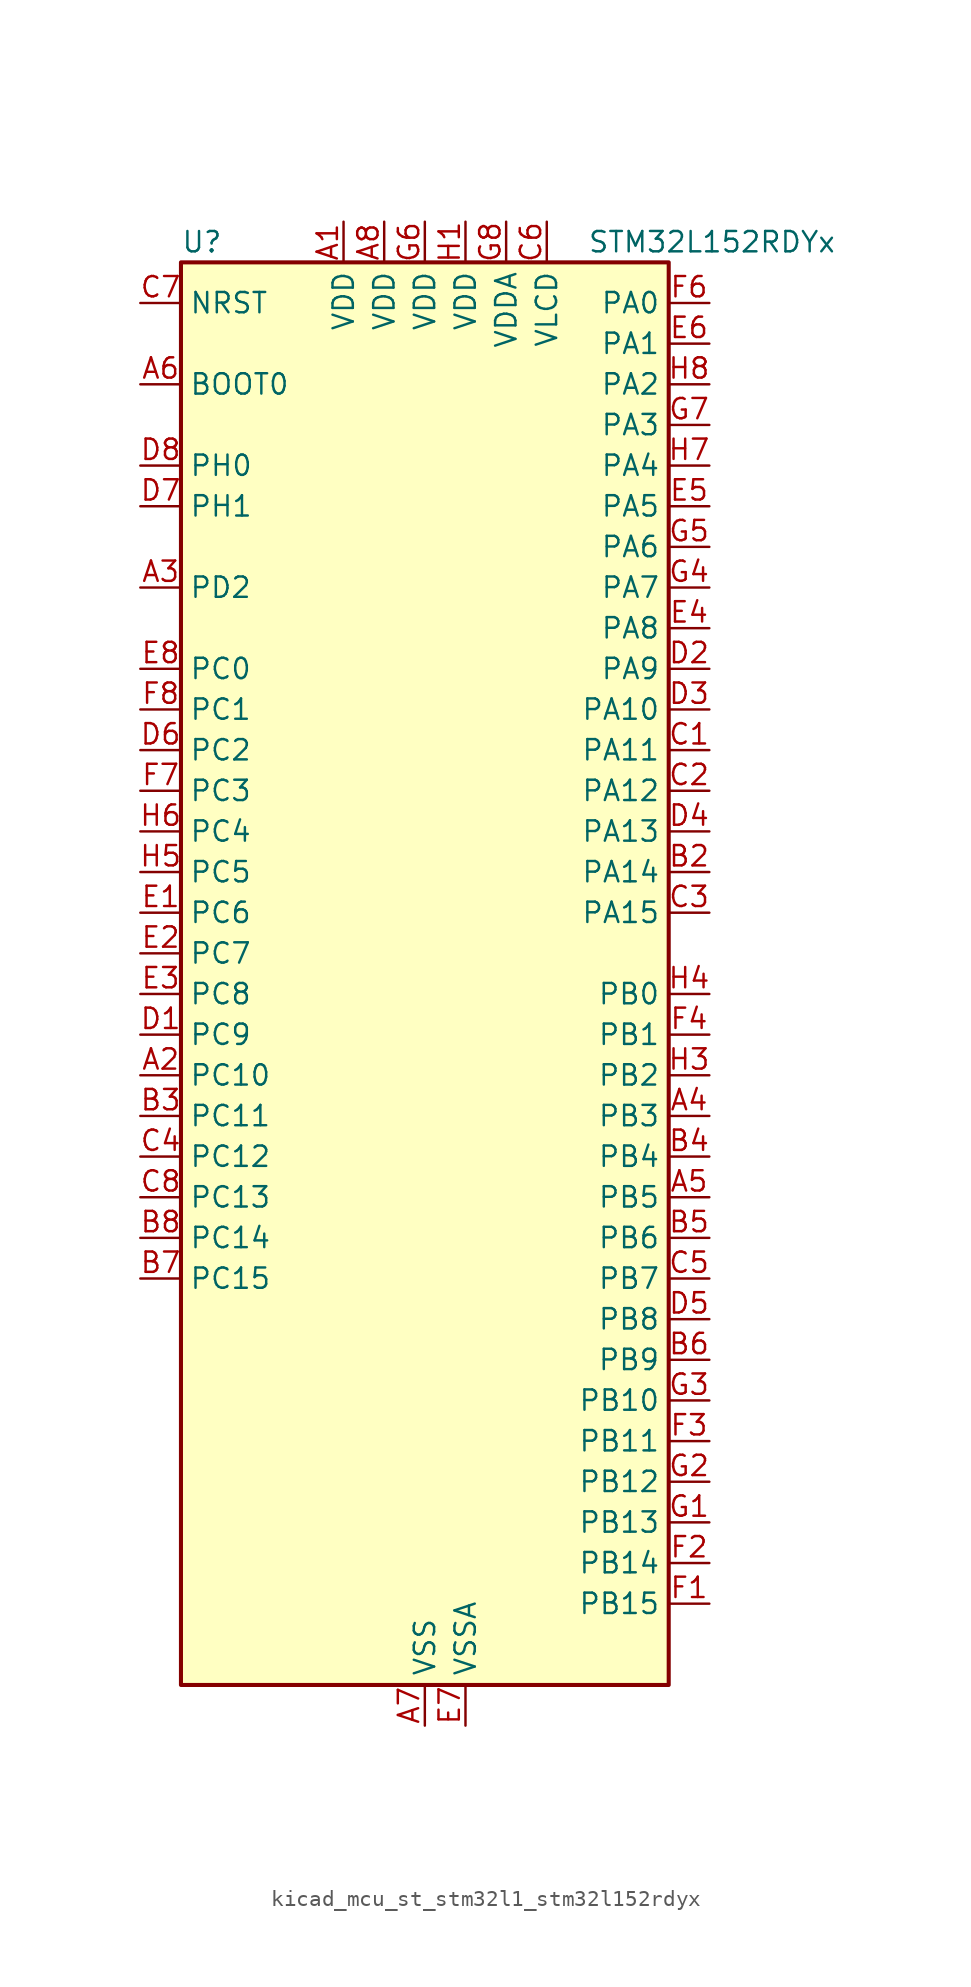
<source format=kicad_sym>
(kicad_symbol_lib
  (version 20220914)
  (generator kicad_symbol_editor)
  (symbol "kicad_mcu_st_stm32l1_stm32l152rdyx"
    (property "Reference" "U"
      (at -15.24 46.99 0)
      (effects (font (size 1.27 1.27)) (justify left)))
    (property "Value" "STM32L152RDYx"
      (at 10.16 46.99 0)
      (effects (font (size 1.27 1.27)) (justify left)))
    (property "ki_locked" ""
      (at 0 0 0)
      (effects (font (size 1.27 1.27))))
    (symbol "kicad_mcu_st_stm32l1_stm32l152rdyx_0_1"
      (rectangle (start -15.24 -43.18) (end 15.24 45.72) (stroke (width 0.254) (type default)) (fill (type background))))
    (symbol "kicad_mcu_st_stm32l1_stm32l152rdyx_1_1"
      (pin power_in line (at -5.08 48.26 270) (length 2.54) (name "VDD" (effects (font (size 1.27 1.27)))) (number "A1" (effects (font (size 1.27 1.27)))))
      (pin bidirectional line (at -17.78 -5.08 0) (length 2.54) (name "PC10" (effects (font (size 1.27 1.27)))) (number "A2" (effects (font (size 1.27 1.27)))) (alternate "I2S3_CK" bidirectional line) (alternate "LCD_COM4" bidirectional line) (alternate "LCD_SEG28" bidirectional line) (alternate "LCD_SEG40" bidirectional line) (alternate "SDIO_D2" bidirectional line) (alternate "SPI3_SCK" bidirectional line) (alternate "TIMX_IC3" bidirectional line) (alternate "UART4_TX" bidirectional line) (alternate "USART3_TX" bidirectional line))
      (pin bidirectional line (at -17.78 25.4 0) (length 2.54) (name "PD2" (effects (font (size 1.27 1.27)))) (number "A3" (effects (font (size 1.27 1.27)))) (alternate "LCD_COM7" bidirectional line) (alternate "LCD_SEG31" bidirectional line) (alternate "LCD_SEG43" bidirectional line) (alternate "SDIO_CMD" bidirectional line) (alternate "TIM3_ETR" bidirectional line) (alternate "TIMX_IC3" bidirectional line) (alternate "UART5_RX" bidirectional line))
      (pin bidirectional line (at 17.78 -7.62 180) (length 2.54) (name "PB3" (effects (font (size 1.27 1.27)))) (number "A4" (effects (font (size 1.27 1.27)))) (alternate "COMP2_INM" bidirectional line) (alternate "I2S3_CK" bidirectional line) (alternate "LCD_SEG7" bidirectional line) (alternate "SPI1_SCK" bidirectional line) (alternate "SPI3_SCK" bidirectional line) (alternate "SYS_JTDO-TRACESWO" bidirectional line) (alternate "TIM2_CH2" bidirectional line))
      (pin bidirectional line (at 17.78 -12.7 180) (length 2.54) (name "PB5" (effects (font (size 1.27 1.27)))) (number "A5" (effects (font (size 1.27 1.27)))) (alternate "COMP2_INP" bidirectional line) (alternate "I2C1_SMBA" bidirectional line) (alternate "I2S3_SD" bidirectional line) (alternate "LCD_SEG9" bidirectional line) (alternate "SPI1_MOSI" bidirectional line) (alternate "SPI3_MOSI" bidirectional line) (alternate "TIM3_CH2" bidirectional line) (alternate "TS_G6_IO2" bidirectional line))
      (pin input line (at -17.78 38.1 0) (length 2.54) (name "BOOT0" (effects (font (size 1.27 1.27)))) (number "A6" (effects (font (size 1.27 1.27)))))
      (pin power_in line (at 0 -45.72 90) (length 2.54) (name "VSS" (effects (font (size 1.27 1.27)))) (number "A7" (effects (font (size 1.27 1.27)))))
      (pin power_in line (at -2.54 48.26 270) (length 2.54) (name "VDD" (effects (font (size 1.27 1.27)))) (number "A8" (effects (font (size 1.27 1.27)))))
      (pin passive line (at 0 -45.72 90) (length 2.54) hide (name "VSS" (effects (font (size 1.27 1.27)))) (number "B1" (effects (font (size 1.27 1.27)))))
      (pin bidirectional line (at 17.78 7.62 180) (length 2.54) (name "PA14" (effects (font (size 1.27 1.27)))) (number "B2" (effects (font (size 1.27 1.27)))) (alternate "SYS_JTCK-SWCLK" bidirectional line) (alternate "TIMX_IC3" bidirectional line) (alternate "TS_G5_IO2" bidirectional line))
      (pin bidirectional line (at -17.78 -7.62 0) (length 2.54) (name "PC11" (effects (font (size 1.27 1.27)))) (number "B3" (effects (font (size 1.27 1.27)))) (alternate "ADC_EXTI11" bidirectional line) (alternate "LCD_COM5" bidirectional line) (alternate "LCD_SEG29" bidirectional line) (alternate "LCD_SEG41" bidirectional line) (alternate "SDIO_D3" bidirectional line) (alternate "SPI3_MISO" bidirectional line) (alternate "TIMX_IC4" bidirectional line) (alternate "UART4_RX" bidirectional line) (alternate "USART3_RX" bidirectional line))
      (pin bidirectional line (at 17.78 -10.16 180) (length 2.54) (name "PB4" (effects (font (size 1.27 1.27)))) (number "B4" (effects (font (size 1.27 1.27)))) (alternate "COMP2_INP" bidirectional line) (alternate "LCD_SEG8" bidirectional line) (alternate "SPI1_MISO" bidirectional line) (alternate "SPI3_MISO" bidirectional line) (alternate "SYS_JTRST" bidirectional line) (alternate "TIM3_CH1" bidirectional line) (alternate "TS_G6_IO1" bidirectional line))
      (pin bidirectional line (at 17.78 -15.24 180) (length 2.54) (name "PB6" (effects (font (size 1.27 1.27)))) (number "B5" (effects (font (size 1.27 1.27)))) (alternate "COMP2_INP" bidirectional line) (alternate "I2C1_SCL" bidirectional line) (alternate "TIM4_CH1" bidirectional line) (alternate "TS_G6_IO3" bidirectional line) (alternate "USART1_TX" bidirectional line))
      (pin bidirectional line (at 17.78 -22.86 180) (length 2.54) (name "PB9" (effects (font (size 1.27 1.27)))) (number "B6" (effects (font (size 1.27 1.27)))) (alternate "DAC_EXTI9" bidirectional line) (alternate "I2C1_SDA" bidirectional line) (alternate "LCD_COM3" bidirectional line) (alternate "SDIO_D5" bidirectional line) (alternate "TIM11_CH1" bidirectional line) (alternate "TIM4_CH4" bidirectional line))
      (pin bidirectional line (at -17.78 -17.78 0) (length 2.54) (name "PC15" (effects (font (size 1.27 1.27)))) (number "B7" (effects (font (size 1.27 1.27)))) (alternate "ADC_EXTI15" bidirectional line) (alternate "RCC_OSC32_OUT" bidirectional line) (alternate "TIMX_IC4" bidirectional line))
      (pin bidirectional line (at -17.78 -15.24 0) (length 2.54) (name "PC14" (effects (font (size 1.27 1.27)))) (number "B8" (effects (font (size 1.27 1.27)))) (alternate "RCC_OSC32_IN" bidirectional line) (alternate "TIMX_IC3" bidirectional line))
      (pin bidirectional line (at 17.78 15.24 180) (length 2.54) (name "PA11" (effects (font (size 1.27 1.27)))) (number "C1" (effects (font (size 1.27 1.27)))) (alternate "ADC_EXTI11" bidirectional line) (alternate "SPI1_MISO" bidirectional line) (alternate "TIMX_IC4" bidirectional line) (alternate "USART1_CTS" bidirectional line) (alternate "USB_DM" bidirectional line))
      (pin bidirectional line (at 17.78 12.7 180) (length 2.54) (name "PA12" (effects (font (size 1.27 1.27)))) (number "C2" (effects (font (size 1.27 1.27)))) (alternate "SPI1_MOSI" bidirectional line) (alternate "TIMX_IC1" bidirectional line) (alternate "USART1_RTS" bidirectional line) (alternate "USB_DP" bidirectional line))
      (pin bidirectional line (at 17.78 5.08 180) (length 2.54) (name "PA15" (effects (font (size 1.27 1.27)))) (number "C3" (effects (font (size 1.27 1.27)))) (alternate "ADC_EXTI15" bidirectional line) (alternate "I2S3_WS" bidirectional line) (alternate "LCD_SEG17" bidirectional line) (alternate "SPI1_NSS" bidirectional line) (alternate "SPI3_NSS" bidirectional line) (alternate "SYS_JTDI" bidirectional line) (alternate "TIM2_CH1" bidirectional line) (alternate "TIM2_ETR" bidirectional line) (alternate "TIMX_IC4" bidirectional line) (alternate "TS_G5_IO3" bidirectional line))
      (pin bidirectional line (at -17.78 -10.16 0) (length 2.54) (name "PC12" (effects (font (size 1.27 1.27)))) (number "C4" (effects (font (size 1.27 1.27)))) (alternate "I2S3_SD" bidirectional line) (alternate "LCD_COM6" bidirectional line) (alternate "LCD_SEG30" bidirectional line) (alternate "LCD_SEG42" bidirectional line) (alternate "SDIO_CK" bidirectional line) (alternate "SPI3_MOSI" bidirectional line) (alternate "TIMX_IC1" bidirectional line) (alternate "UART5_TX" bidirectional line) (alternate "USART3_CK" bidirectional line))
      (pin bidirectional line (at 17.78 -17.78 180) (length 2.54) (name "PB7" (effects (font (size 1.27 1.27)))) (number "C5" (effects (font (size 1.27 1.27)))) (alternate "COMP2_INP" bidirectional line) (alternate "I2C1_SDA" bidirectional line) (alternate "SYS_PVD_IN" bidirectional line) (alternate "TIM4_CH2" bidirectional line) (alternate "TS_G6_IO4" bidirectional line) (alternate "USART1_RX" bidirectional line))
      (pin power_in line (at 7.62 48.26 270) (length 2.54) (name "VLCD" (effects (font (size 1.27 1.27)))) (number "C6" (effects (font (size 1.27 1.27)))))
      (pin input line (at -17.78 43.18 0) (length 2.54) (name "NRST" (effects (font (size 1.27 1.27)))) (number "C7" (effects (font (size 1.27 1.27)))))
      (pin bidirectional line (at -17.78 -12.7 0) (length 2.54) (name "PC13" (effects (font (size 1.27 1.27)))) (number "C8" (effects (font (size 1.27 1.27)))) (alternate "RTC_OUT_ALARM" bidirectional line) (alternate "RTC_OUT_CALIB" bidirectional line) (alternate "RTC_TAMP1" bidirectional line) (alternate "RTC_TS" bidirectional line) (alternate "SYS_WKUP2" bidirectional line) (alternate "TIMX_IC2" bidirectional line))
      (pin bidirectional line (at -17.78 -2.54 0) (length 2.54) (name "PC9" (effects (font (size 1.27 1.27)))) (number "D1" (effects (font (size 1.27 1.27)))) (alternate "DAC_EXTI9" bidirectional line) (alternate "LCD_SEG27" bidirectional line) (alternate "SDIO_D1" bidirectional line) (alternate "TIM3_CH4" bidirectional line) (alternate "TIMX_IC2" bidirectional line) (alternate "TS_G10_IO4" bidirectional line))
      (pin bidirectional line (at 17.78 20.32 180) (length 2.54) (name "PA9" (effects (font (size 1.27 1.27)))) (number "D2" (effects (font (size 1.27 1.27)))) (alternate "DAC_EXTI9" bidirectional line) (alternate "LCD_COM1" bidirectional line) (alternate "TIMX_IC2" bidirectional line) (alternate "TS_G4_IO2" bidirectional line) (alternate "USART1_TX" bidirectional line))
      (pin bidirectional line (at 17.78 17.78 180) (length 2.54) (name "PA10" (effects (font (size 1.27 1.27)))) (number "D3" (effects (font (size 1.27 1.27)))) (alternate "LCD_COM2" bidirectional line) (alternate "TIMX_IC3" bidirectional line) (alternate "TS_G4_IO3" bidirectional line) (alternate "USART1_RX" bidirectional line))
      (pin bidirectional line (at 17.78 10.16 180) (length 2.54) (name "PA13" (effects (font (size 1.27 1.27)))) (number "D4" (effects (font (size 1.27 1.27)))) (alternate "SYS_JTMS-SWDIO" bidirectional line) (alternate "TIMX_IC2" bidirectional line) (alternate "TS_G5_IO1" bidirectional line))
      (pin bidirectional line (at 17.78 -20.32 180) (length 2.54) (name "PB8" (effects (font (size 1.27 1.27)))) (number "D5" (effects (font (size 1.27 1.27)))) (alternate "I2C1_SCL" bidirectional line) (alternate "LCD_SEG16" bidirectional line) (alternate "SDIO_D4" bidirectional line) (alternate "TIM10_CH1" bidirectional line) (alternate "TIM4_CH3" bidirectional line))
      (pin bidirectional line (at -17.78 15.24 0) (length 2.54) (name "PC2" (effects (font (size 1.27 1.27)))) (number "D6" (effects (font (size 1.27 1.27)))) (alternate "ADC_IN12" bidirectional line) (alternate "COMP1_INP" bidirectional line) (alternate "LCD_SEG20" bidirectional line) (alternate "OPAMP3_VINM" bidirectional line) (alternate "TIMX_IC3" bidirectional line) (alternate "TS_G8_IO3" bidirectional line))
      (pin bidirectional line (at -17.78 30.48 0) (length 2.54) (name "PH1" (effects (font (size 1.27 1.27)))) (number "D7" (effects (font (size 1.27 1.27)))) (alternate "RCC_OSC_OUT" bidirectional line))
      (pin bidirectional line (at -17.78 33.02 0) (length 2.54) (name "PH0" (effects (font (size 1.27 1.27)))) (number "D8" (effects (font (size 1.27 1.27)))) (alternate "RCC_OSC_IN" bidirectional line))
      (pin bidirectional line (at -17.78 5.08 0) (length 2.54) (name "PC6" (effects (font (size 1.27 1.27)))) (number "E1" (effects (font (size 1.27 1.27)))) (alternate "I2S2_MCK" bidirectional line) (alternate "LCD_SEG24" bidirectional line) (alternate "SDIO_D6" bidirectional line) (alternate "TIM3_CH1" bidirectional line) (alternate "TIMX_IC3" bidirectional line) (alternate "TS_G10_IO1" bidirectional line))
      (pin bidirectional line (at -17.78 2.54 0) (length 2.54) (name "PC7" (effects (font (size 1.27 1.27)))) (number "E2" (effects (font (size 1.27 1.27)))) (alternate "I2S3_MCK" bidirectional line) (alternate "LCD_SEG25" bidirectional line) (alternate "SDIO_D7" bidirectional line) (alternate "TIM3_CH2" bidirectional line) (alternate "TIMX_IC4" bidirectional line) (alternate "TS_G10_IO2" bidirectional line))
      (pin bidirectional line (at -17.78 0 0) (length 2.54) (name "PC8" (effects (font (size 1.27 1.27)))) (number "E3" (effects (font (size 1.27 1.27)))) (alternate "LCD_SEG26" bidirectional line) (alternate "SDIO_D0" bidirectional line) (alternate "TIM3_CH3" bidirectional line) (alternate "TIMX_IC1" bidirectional line) (alternate "TS_G10_IO3" bidirectional line))
      (pin bidirectional line (at 17.78 22.86 180) (length 2.54) (name "PA8" (effects (font (size 1.27 1.27)))) (number "E4" (effects (font (size 1.27 1.27)))) (alternate "LCD_COM0" bidirectional line) (alternate "RCC_MCO" bidirectional line) (alternate "TIMX_IC1" bidirectional line) (alternate "TS_G4_IO1" bidirectional line) (alternate "USART1_CK" bidirectional line))
      (pin bidirectional line (at 17.78 30.48 180) (length 2.54) (name "PA5" (effects (font (size 1.27 1.27)))) (number "E5" (effects (font (size 1.27 1.27)))) (alternate "ADC_IN5" bidirectional line) (alternate "COMP1_INP" bidirectional line) (alternate "DAC_OUT2" bidirectional line) (alternate "SPI1_SCK" bidirectional line) (alternate "TIM2_CH1" bidirectional line) (alternate "TIM2_ETR" bidirectional line) (alternate "TIMX_IC2" bidirectional line))
      (pin bidirectional line (at 17.78 40.64 180) (length 2.54) (name "PA1" (effects (font (size 1.27 1.27)))) (number "E6" (effects (font (size 1.27 1.27)))) (alternate "ADC_IN1" bidirectional line) (alternate "COMP1_INP" bidirectional line) (alternate "LCD_SEG0" bidirectional line) (alternate "OPAMP1_VINP" bidirectional line) (alternate "TIM2_CH2" bidirectional line) (alternate "TIM5_CH2" bidirectional line) (alternate "TIMX_IC2" bidirectional line) (alternate "TS_G1_IO2" bidirectional line) (alternate "USART2_RTS" bidirectional line))
      (pin power_in line (at 2.54 -45.72 90) (length 2.54) (name "VSSA" (effects (font (size 1.27 1.27)))) (number "E7" (effects (font (size 1.27 1.27)))))
      (pin bidirectional line (at -17.78 20.32 0) (length 2.54) (name "PC0" (effects (font (size 1.27 1.27)))) (number "E8" (effects (font (size 1.27 1.27)))) (alternate "ADC_IN10" bidirectional line) (alternate "COMP1_INP" bidirectional line) (alternate "LCD_SEG18" bidirectional line) (alternate "TIMX_IC1" bidirectional line) (alternate "TS_G8_IO1" bidirectional line))
      (pin bidirectional line (at 17.78 -38.1 180) (length 2.54) (name "PB15" (effects (font (size 1.27 1.27)))) (number "F1" (effects (font (size 1.27 1.27)))) (alternate "ADC_EXTI15" bidirectional line) (alternate "ADC_IN21" bidirectional line) (alternate "COMP1_INP" bidirectional line) (alternate "I2S2_SD" bidirectional line) (alternate "LCD_SEG15" bidirectional line) (alternate "RTC_REFIN" bidirectional line) (alternate "SPI2_MOSI" bidirectional line) (alternate "TIM11_CH1" bidirectional line) (alternate "TS_G7_IO4" bidirectional line))
      (pin bidirectional line (at 17.78 -35.56 180) (length 2.54) (name "PB14" (effects (font (size 1.27 1.27)))) (number "F2" (effects (font (size 1.27 1.27)))) (alternate "ADC_IN20" bidirectional line) (alternate "COMP1_INP" bidirectional line) (alternate "LCD_SEG14" bidirectional line) (alternate "SPI2_MISO" bidirectional line) (alternate "TIM9_CH2" bidirectional line) (alternate "TS_G7_IO3" bidirectional line) (alternate "USART3_RTS" bidirectional line))
      (pin bidirectional line (at 17.78 -27.94 180) (length 2.54) (name "PB11" (effects (font (size 1.27 1.27)))) (number "F3" (effects (font (size 1.27 1.27)))) (alternate "ADC_EXTI11" bidirectional line) (alternate "I2C2_SDA" bidirectional line) (alternate "LCD_SEG11" bidirectional line) (alternate "TIM2_CH4" bidirectional line) (alternate "USART3_RX" bidirectional line))
      (pin bidirectional line (at 17.78 -2.54 180) (length 2.54) (name "PB1" (effects (font (size 1.27 1.27)))) (number "F4" (effects (font (size 1.27 1.27)))) (alternate "ADC_IN9" bidirectional line) (alternate "COMP1_INP" bidirectional line) (alternate "LCD_SEG6" bidirectional line) (alternate "SYS_V_REF_OUT" bidirectional line) (alternate "TIM3_CH4" bidirectional line) (alternate "TS_G3_IO2" bidirectional line))
      (pin passive line (at 0 -45.72 90) (length 2.54) hide (name "VSS" (effects (font (size 1.27 1.27)))) (number "F5" (effects (font (size 1.27 1.27)))))
      (pin bidirectional line (at 17.78 43.18 180) (length 2.54) (name "PA0" (effects (font (size 1.27 1.27)))) (number "F6" (effects (font (size 1.27 1.27)))) (alternate "ADC_IN0" bidirectional line) (alternate "COMP1_INP" bidirectional line) (alternate "RTC_TAMP2" bidirectional line) (alternate "SYS_WKUP1" bidirectional line) (alternate "TIM2_CH1" bidirectional line) (alternate "TIM2_ETR" bidirectional line) (alternate "TIM5_CH1" bidirectional line) (alternate "TIMX_IC1" bidirectional line) (alternate "TS_G1_IO1" bidirectional line) (alternate "USART2_CTS" bidirectional line))
      (pin bidirectional line (at -17.78 12.7 0) (length 2.54) (name "PC3" (effects (font (size 1.27 1.27)))) (number "F7" (effects (font (size 1.27 1.27)))) (alternate "ADC_IN13" bidirectional line) (alternate "COMP1_INP" bidirectional line) (alternate "LCD_SEG21" bidirectional line) (alternate "OPAMP3_VOUT" bidirectional line) (alternate "TIMX_IC4" bidirectional line) (alternate "TS_G8_IO4" bidirectional line))
      (pin bidirectional line (at -17.78 17.78 0) (length 2.54) (name "PC1" (effects (font (size 1.27 1.27)))) (number "F8" (effects (font (size 1.27 1.27)))) (alternate "ADC_IN11" bidirectional line) (alternate "COMP1_INP" bidirectional line) (alternate "LCD_SEG19" bidirectional line) (alternate "OPAMP3_VINP" bidirectional line) (alternate "TIMX_IC2" bidirectional line) (alternate "TS_G8_IO2" bidirectional line))
      (pin bidirectional line (at 17.78 -33.02 180) (length 2.54) (name "PB13" (effects (font (size 1.27 1.27)))) (number "G1" (effects (font (size 1.27 1.27)))) (alternate "ADC_IN19" bidirectional line) (alternate "COMP1_INP" bidirectional line) (alternate "I2S2_CK" bidirectional line) (alternate "LCD_SEG13" bidirectional line) (alternate "SPI2_SCK" bidirectional line) (alternate "TIM9_CH1" bidirectional line) (alternate "TS_G7_IO2" bidirectional line) (alternate "USART3_CTS" bidirectional line))
      (pin bidirectional line (at 17.78 -30.48 180) (length 2.54) (name "PB12" (effects (font (size 1.27 1.27)))) (number "G2" (effects (font (size 1.27 1.27)))) (alternate "ADC_IN18" bidirectional line) (alternate "COMP1_INP" bidirectional line) (alternate "I2C2_SMBA" bidirectional line) (alternate "I2S2_WS" bidirectional line) (alternate "LCD_SEG12" bidirectional line) (alternate "SPI2_NSS" bidirectional line) (alternate "TIM10_CH1" bidirectional line) (alternate "TS_G7_IO1" bidirectional line) (alternate "USART3_CK" bidirectional line))
      (pin bidirectional line (at 17.78 -25.4 180) (length 2.54) (name "PB10" (effects (font (size 1.27 1.27)))) (number "G3" (effects (font (size 1.27 1.27)))) (alternate "I2C2_SCL" bidirectional line) (alternate "LCD_SEG10" bidirectional line) (alternate "TIM2_CH3" bidirectional line) (alternate "USART3_TX" bidirectional line))
      (pin bidirectional line (at 17.78 25.4 180) (length 2.54) (name "PA7" (effects (font (size 1.27 1.27)))) (number "G4" (effects (font (size 1.27 1.27)))) (alternate "ADC_IN7" bidirectional line) (alternate "COMP1_INP" bidirectional line) (alternate "LCD_SEG4" bidirectional line) (alternate "OPAMP2_VINM" bidirectional line) (alternate "SPI1_MOSI" bidirectional line) (alternate "TIM11_CH1" bidirectional line) (alternate "TIM3_CH2" bidirectional line) (alternate "TIMX_IC4" bidirectional line) (alternate "TS_G2_IO2" bidirectional line))
      (pin bidirectional line (at 17.78 27.94 180) (length 2.54) (name "PA6" (effects (font (size 1.27 1.27)))) (number "G5" (effects (font (size 1.27 1.27)))) (alternate "ADC_IN6" bidirectional line) (alternate "COMP1_INP" bidirectional line) (alternate "LCD_SEG3" bidirectional line) (alternate "OPAMP2_VINP" bidirectional line) (alternate "SPI1_MISO" bidirectional line) (alternate "TIM10_CH1" bidirectional line) (alternate "TIM3_CH1" bidirectional line) (alternate "TIMX_IC3" bidirectional line) (alternate "TS_G2_IO1" bidirectional line))
      (pin power_in line (at 0 48.26 270) (length 2.54) (name "VDD" (effects (font (size 1.27 1.27)))) (number "G6" (effects (font (size 1.27 1.27)))))
      (pin bidirectional line (at 17.78 35.56 180) (length 2.54) (name "PA3" (effects (font (size 1.27 1.27)))) (number "G7" (effects (font (size 1.27 1.27)))) (alternate "ADC_IN3" bidirectional line) (alternate "COMP1_INP" bidirectional line) (alternate "LCD_SEG2" bidirectional line) (alternate "OPAMP1_VOUT" bidirectional line) (alternate "TIM2_CH4" bidirectional line) (alternate "TIM5_CH4" bidirectional line) (alternate "TIM9_CH2" bidirectional line) (alternate "TIMX_IC4" bidirectional line) (alternate "TS_G1_IO4" bidirectional line) (alternate "USART2_RX" bidirectional line))
      (pin power_in line (at 5.08 48.26 270) (length 2.54) (name "VDDA" (effects (font (size 1.27 1.27)))) (number "G8" (effects (font (size 1.27 1.27)))))
      (pin power_in line (at 2.54 48.26 270) (length 2.54) (name "VDD" (effects (font (size 1.27 1.27)))) (number "H1" (effects (font (size 1.27 1.27)))))
      (pin passive line (at 0 -45.72 90) (length 2.54) hide (name "VSS" (effects (font (size 1.27 1.27)))) (number "H2" (effects (font (size 1.27 1.27)))))
      (pin bidirectional line (at 17.78 -5.08 180) (length 2.54) (name "PB2" (effects (font (size 1.27 1.27)))) (number "H3" (effects (font (size 1.27 1.27)))) (alternate "TS_G3_IO3" bidirectional line))
      (pin bidirectional line (at 17.78 0 180) (length 2.54) (name "PB0" (effects (font (size 1.27 1.27)))) (number "H4" (effects (font (size 1.27 1.27)))) (alternate "ADC_IN8" bidirectional line) (alternate "COMP1_INP" bidirectional line) (alternate "LCD_SEG5" bidirectional line) (alternate "OPAMP2_VOUT" bidirectional line) (alternate "SYS_V_REF_OUT" bidirectional line) (alternate "TIM3_CH3" bidirectional line) (alternate "TS_G3_IO1" bidirectional line))
      (pin bidirectional line (at -17.78 7.62 0) (length 2.54) (name "PC5" (effects (font (size 1.27 1.27)))) (number "H5" (effects (font (size 1.27 1.27)))) (alternate "ADC_IN15" bidirectional line) (alternate "COMP1_INP" bidirectional line) (alternate "LCD_SEG23" bidirectional line) (alternate "TIMX_IC2" bidirectional line) (alternate "TS_G9_IO2" bidirectional line))
      (pin bidirectional line (at -17.78 10.16 0) (length 2.54) (name "PC4" (effects (font (size 1.27 1.27)))) (number "H6" (effects (font (size 1.27 1.27)))) (alternate "ADC_IN14" bidirectional line) (alternate "COMP1_INP" bidirectional line) (alternate "LCD_SEG22" bidirectional line) (alternate "TIMX_IC1" bidirectional line) (alternate "TS_G9_IO1" bidirectional line))
      (pin bidirectional line (at 17.78 33.02 180) (length 2.54) (name "PA4" (effects (font (size 1.27 1.27)))) (number "H7" (effects (font (size 1.27 1.27)))) (alternate "ADC_IN4" bidirectional line) (alternate "COMP1_INP" bidirectional line) (alternate "DAC_OUT1" bidirectional line) (alternate "I2S3_WS" bidirectional line) (alternate "SPI1_NSS" bidirectional line) (alternate "SPI3_NSS" bidirectional line) (alternate "TIMX_IC1" bidirectional line) (alternate "USART2_CK" bidirectional line))
      (pin bidirectional line (at 17.78 38.1 180) (length 2.54) (name "PA2" (effects (font (size 1.27 1.27)))) (number "H8" (effects (font (size 1.27 1.27)))) (alternate "ADC_IN2" bidirectional line) (alternate "COMP1_INP" bidirectional line) (alternate "LCD_SEG1" bidirectional line) (alternate "OPAMP1_VINM" bidirectional line) (alternate "TIM2_CH3" bidirectional line) (alternate "TIM5_CH3" bidirectional line) (alternate "TIM9_CH1" bidirectional line) (alternate "TIMX_IC3" bidirectional line) (alternate "TS_G1_IO3" bidirectional line) (alternate "USART2_TX" bidirectional line)))))
</source>
